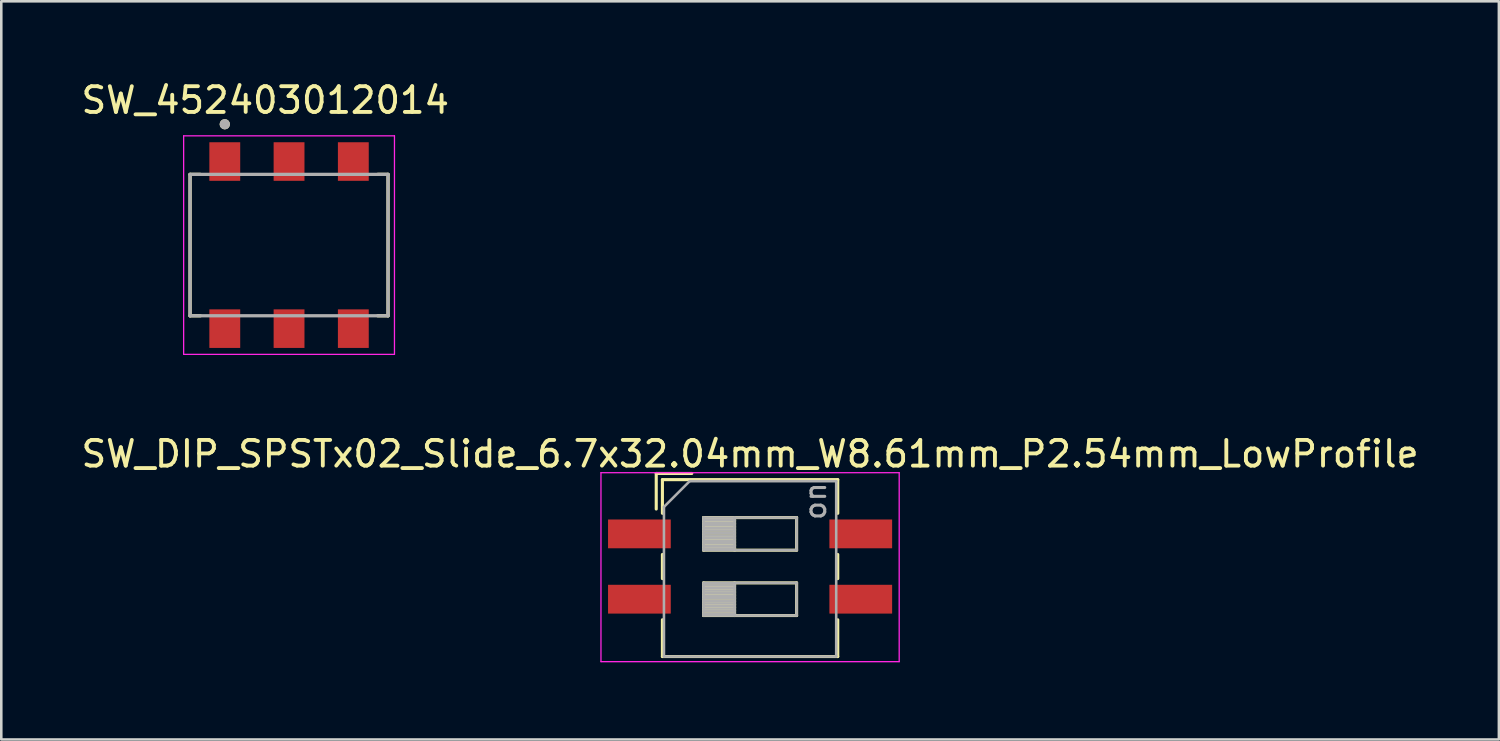
<source format=kicad_pcb>
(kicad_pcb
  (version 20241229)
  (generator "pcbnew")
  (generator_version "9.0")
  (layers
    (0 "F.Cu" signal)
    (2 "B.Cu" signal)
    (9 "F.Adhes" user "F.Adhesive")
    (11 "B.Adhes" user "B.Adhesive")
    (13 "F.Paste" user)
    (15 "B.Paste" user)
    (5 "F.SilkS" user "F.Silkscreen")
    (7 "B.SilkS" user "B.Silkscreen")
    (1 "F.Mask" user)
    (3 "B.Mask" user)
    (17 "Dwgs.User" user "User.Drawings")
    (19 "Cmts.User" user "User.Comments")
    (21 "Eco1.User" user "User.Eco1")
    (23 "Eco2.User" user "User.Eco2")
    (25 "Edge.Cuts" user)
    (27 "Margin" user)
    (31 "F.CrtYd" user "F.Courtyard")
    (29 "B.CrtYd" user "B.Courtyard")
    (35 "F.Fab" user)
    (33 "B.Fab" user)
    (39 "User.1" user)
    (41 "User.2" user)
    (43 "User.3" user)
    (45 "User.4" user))
  (footprint "SW_DIP_SPSTx02_Slide_6.7x32.04mm_W8.61mm_P2.54mm_LowProfile"
    (layer "F.Cu")
    (at 26.125 18.986)
    (property "Reference" "SW_DIP_SPSTx02_Slide_6.7x32.04mm_W8.61mm_P2.54mm_LowProfile" (at 0 -4.38 0) (layer "F.SilkS") (effects (font (size 1 1) (thickness 0.15))))
    (attr smd)
    (fp_line (start -3.65 -3.62) (end -3.65 -2.237) (stroke (width 0.12) (type solid)) (layer "F.SilkS"))
    (fp_line (start -3.65 -3.62) (end -2.267 -3.62) (stroke (width 0.12) (type solid)) (layer "F.SilkS"))
    (fp_line (start -3.41 -3.38) (end -3.41 -2.07) (stroke (width 0.12) (type solid)) (layer "F.SilkS"))
    (fp_line (start -3.41 -3.38) (end 3.41 -3.38) (stroke (width 0.12) (type solid)) (layer "F.SilkS"))
    (fp_line (start -3.41 -0.47) (end -3.41 0.47) (stroke (width 0.12) (type solid)) (layer "F.SilkS"))
    (fp_line (start -3.41 2.07) (end -3.41 3.5) (stroke (width 0.12) (type solid)) (layer "F.SilkS"))
    (fp_line (start -3.41 3.5) (end 3.41 3.5) (stroke (width 0.12) (type solid)) (layer "F.SilkS"))
    (fp_line (start -1.81 -1.905) (end -1.81 -0.635) (stroke (width 0.12) (type solid)) (layer "F.SilkS"))
    (fp_line (start -1.81 -1.785) (end -0.603 -1.785) (stroke (width 0.12) (type solid)) (layer "F.SilkS"))
    (fp_line (start -1.81 -1.665) (end -0.603 -1.665) (stroke (width 0.12) (type solid)) (layer "F.SilkS"))
    (fp_line (start -1.81 -1.545) (end -0.603 -1.545) (stroke (width 0.12) (type solid)) (layer "F.SilkS"))
    (fp_line (start -1.81 -1.425) (end -0.603 -1.425) (stroke (width 0.12) (type solid)) (layer "F.SilkS"))
    (fp_line (start -1.81 -1.305) (end -0.603 -1.305) (stroke (width 0.12) (type solid)) (layer "F.SilkS"))
    (fp_line (start -1.81 -1.185) (end -0.603 -1.185) (stroke (width 0.12) (type solid)) (layer "F.SilkS"))
    (fp_line (start -1.81 -1.065) (end -0.603 -1.065) (stroke (width 0.12) (type solid)) (layer "F.SilkS"))
    (fp_line (start -1.81 -0.945) (end -0.603 -0.945) (stroke (width 0.12) (type solid)) (layer "F.SilkS"))
    (fp_line (start -1.81 -0.825) (end -0.603 -0.825) (stroke (width 0.12) (type solid)) (layer "F.SilkS"))
    (fp_line (start -1.81 -0.705) (end -0.603 -0.705) (stroke (width 0.12) (type solid)) (layer "F.SilkS"))
    (fp_line (start -1.81 -0.635) (end 1.81 -0.635) (stroke (width 0.12) (type solid)) (layer "F.SilkS"))
    (fp_line (start -1.81 0.635) (end -1.81 1.905) (stroke (width 0.12) (type solid)) (layer "F.SilkS"))
    (fp_line (start -1.81 0.755) (end -0.603 0.755) (stroke (width 0.12) (type solid)) (layer "F.SilkS"))
    (fp_line (start -1.81 0.875) (end -0.603 0.875) (stroke (width 0.12) (type solid)) (layer "F.SilkS"))
    (fp_line (start -1.81 0.995) (end -0.603 0.995) (stroke (width 0.12) (type solid)) (layer "F.SilkS"))
    (fp_line (start -1.81 1.115) (end -0.603 1.115) (stroke (width 0.12) (type solid)) (layer "F.SilkS"))
    (fp_line (start -1.81 1.235) (end -0.603 1.235) (stroke (width 0.12) (type solid)) (layer "F.SilkS"))
    (fp_line (start -1.81 1.355) (end -0.603 1.355) (stroke (width 0.12) (type solid)) (layer "F.SilkS"))
    (fp_line (start -1.81 1.475) (end -0.603 1.475) (stroke (width 0.12) (type solid)) (layer "F.SilkS"))
    (fp_line (start -1.81 1.595) (end -0.603 1.595) (stroke (width 0.12) (type solid)) (layer "F.SilkS"))
    (fp_line (start -1.81 1.715) (end -0.603 1.715) (stroke (width 0.12) (type solid)) (layer "F.SilkS"))
    (fp_line (start -1.81 1.835) (end -0.603 1.835) (stroke (width 0.12) (type solid)) (layer "F.SilkS"))
    (fp_line (start -1.81 1.905) (end 1.81 1.905) (stroke (width 0.12) (type solid)) (layer "F.SilkS"))
    (fp_line (start -0.603 -1.905) (end -0.603 -0.635) (stroke (width 0.12) (type solid)) (layer "F.SilkS"))
    (fp_line (start -0.603 0.635) (end -0.603 1.905) (stroke (width 0.12) (type solid)) (layer "F.SilkS"))
    (fp_line (start 1.81 -1.905) (end -1.81 -1.905) (stroke (width 0.12) (type solid)) (layer "F.SilkS"))
    (fp_line (start 1.81 -0.635) (end 1.81 -1.905) (stroke (width 0.12) (type solid)) (layer "F.SilkS"))
    (fp_line (start 1.81 0.635) (end -1.81 0.635) (stroke (width 0.12) (type solid)) (layer "F.SilkS"))
    (fp_line (start 1.81 1.905) (end 1.81 0.635) (stroke (width 0.12) (type solid)) (layer "F.SilkS"))
    (fp_line (start 3.41 -3.38) (end 3.41 -2.07) (stroke (width 0.12) (type solid)) (layer "F.SilkS"))
    (fp_line (start 3.41 -0.469) (end 3.41 0.471) (stroke (width 0.12) (type solid)) (layer "F.SilkS"))
    (fp_line (start 3.41 2.071) (end 3.41 3.5) (stroke (width 0.12) (type solid)) (layer "F.SilkS"))
    (fp_line (start -5.8 -3.65) (end -5.8 3.7) (stroke (width 0.05) (type solid)) (layer "F.CrtYd"))
    (fp_line (start -5.8 3.7) (end 5.8 3.7) (stroke (width 0.05) (type solid)) (layer "F.CrtYd"))
    (fp_line (start 5.8 -3.65) (end -5.8 -3.65) (stroke (width 0.05) (type solid)) (layer "F.CrtYd"))
    (fp_line (start 5.8 3.7) (end 5.8 -3.65) (stroke (width 0.05) (type solid)) (layer "F.CrtYd"))
    (fp_line (start -3.35 -2.32) (end -2.35 -3.32) (stroke (width 0.1) (type solid)) (layer "F.Fab"))
    (fp_line (start -3.35 3.5) (end -3.35 -2.32) (stroke (width 0.1) (type solid)) (layer "F.Fab"))
    (fp_line (start -2.35 -3.32) (end 3.35 -3.32) (stroke (width 0.1) (type solid)) (layer "F.Fab"))
    (fp_line (start -1.81 -1.905) (end -1.81 -0.635) (stroke (width 0.1) (type solid)) (layer "F.Fab"))
    (fp_line (start -1.81 -1.805) (end -0.603 -1.805) (stroke (width 0.1) (type solid)) (layer "F.Fab"))
    (fp_line (start -1.81 -1.705) (end -0.603 -1.705) (stroke (width 0.1) (type solid)) (layer "F.Fab"))
    (fp_line (start -1.81 -1.605) (end -0.603 -1.605) (stroke (width 0.1) (type solid)) (layer "F.Fab"))
    (fp_line (start -1.81 -1.505) (end -0.603 -1.505) (stroke (width 0.1) (type solid)) (layer "F.Fab"))
    (fp_line (start -1.81 -1.405) (end -0.603 -1.405) (stroke (width 0.1) (type solid)) (layer "F.Fab"))
    (fp_line (start -1.81 -1.305) (end -0.603 -1.305) (stroke (width 0.1) (type solid)) (layer "F.Fab"))
    (fp_line (start -1.81 -1.205) (end -0.603 -1.205) (stroke (width 0.1) (type solid)) (layer "F.Fab"))
    (fp_line (start -1.81 -1.105) (end -0.603 -1.105) (stroke (width 0.1) (type solid)) (layer "F.Fab"))
    (fp_line (start -1.81 -1.005) (end -0.603 -1.005) (stroke (width 0.1) (type solid)) (layer "F.Fab"))
    (fp_line (start -1.81 -0.905) (end -0.603 -0.905) (stroke (width 0.1) (type solid)) (layer "F.Fab"))
    (fp_line (start -1.81 -0.805) (end -0.603 -0.805) (stroke (width 0.1) (type solid)) (layer "F.Fab"))
    (fp_line (start -1.81 -0.705) (end -0.603 -0.705) (stroke (width 0.1) (type solid)) (layer "F.Fab"))
    (fp_line (start -1.81 -0.635) (end 1.81 -0.635) (stroke (width 0.1) (type solid)) (layer "F.Fab"))
    (fp_line (start -1.81 0.635) (end -1.81 1.905) (stroke (width 0.1) (type solid)) (layer "F.Fab"))
    (fp_line (start -1.81 0.735) (end -0.603 0.735) (stroke (width 0.1) (type solid)) (layer "F.Fab"))
    (fp_line (start -1.81 0.835) (end -0.603 0.835) (stroke (width 0.1) (type solid)) (layer "F.Fab"))
    (fp_line (start -1.81 0.935) (end -0.603 0.935) (stroke (width 0.1) (type solid)) (layer "F.Fab"))
    (fp_line (start -1.81 1.035) (end -0.603 1.035) (stroke (width 0.1) (type solid)) (layer "F.Fab"))
    (fp_line (start -1.81 1.135) (end -0.603 1.135) (stroke (width 0.1) (type solid)) (layer "F.Fab"))
    (fp_line (start -1.81 1.235) (end -0.603 1.235) (stroke (width 0.1) (type solid)) (layer "F.Fab"))
    (fp_line (start -1.81 1.335) (end -0.603 1.335) (stroke (width 0.1) (type solid)) (layer "F.Fab"))
    (fp_line (start -1.81 1.435) (end -0.603 1.435) (stroke (width 0.1) (type solid)) (layer "F.Fab"))
    (fp_line (start -1.81 1.535) (end -0.603 1.535) (stroke (width 0.1) (type solid)) (layer "F.Fab"))
    (fp_line (start -1.81 1.635) (end -0.603 1.635) (stroke (width 0.1) (type solid)) (layer "F.Fab"))
    (fp_line (start -1.81 1.735) (end -0.603 1.735) (stroke (width 0.1) (type solid)) (layer "F.Fab"))
    (fp_line (start -1.81 1.835) (end -0.603 1.835) (stroke (width 0.1) (type solid)) (layer "F.Fab"))
    (fp_line (start -1.81 1.905) (end 1.81 1.905) (stroke (width 0.1) (type solid)) (layer "F.Fab"))
    (fp_line (start -0.603 -1.905) (end -0.603 -0.635) (stroke (width 0.1) (type solid)) (layer "F.Fab"))
    (fp_line (start -0.603 0.635) (end -0.603 1.905) (stroke (width 0.1) (type solid)) (layer "F.Fab"))
    (fp_line (start 1.81 -1.905) (end -1.81 -1.905) (stroke (width 0.1) (type solid)) (layer "F.Fab"))
    (fp_line (start 1.81 -0.635) (end 1.81 -1.905) (stroke (width 0.1) (type solid)) (layer "F.Fab"))
    (fp_line (start 1.81 0.635) (end -1.81 0.635) (stroke (width 0.1) (type solid)) (layer "F.Fab"))
    (fp_line (start 1.81 1.905) (end 1.81 0.635) (stroke (width 0.1) (type solid)) (layer "F.Fab"))
    (fp_line (start 3.35 -3.32) (end 3.35 3.5) (stroke (width 0.1) (type solid)) (layer "F.Fab"))
    (fp_line (start 3.35 3.5) (end -3.35 3.5) (stroke (width 0.1) (type solid)) (layer "F.Fab"))
    (fp_text user "on" (at 2.54 -2.54 90) (layer "F.Fab") (effects (font (size 0.8 0.8) (thickness 0.12))))
    (pad "1" smd rect (at -4.305 -1.27) (size 2.44 1.12) (layers "F.Cu" "F.Mask" "F.Paste"))
    (pad "2" smd rect (at -4.305 1.27) (size 2.44 1.12) (layers "F.Cu" "F.Mask" "F.Paste"))
    (pad "3" smd rect (at 4.305 1.27) (size 2.44 1.12) (layers "F.Cu" "F.Mask" "F.Paste"))
    (pad "4" smd rect (at 4.305 -1.27) (size 2.44 1.12) (layers "F.Cu" "F.Mask" "F.Paste")))
  (footprint "SW_452403012014"
    (layer "F.Cu")
    (at 8.193 6.483)
    (property "Reference" "SW_452403012014" (at -0.925 -5.635 0) (layer "F.SilkS") (effects (font (size 1 1) (thickness 0.15))))
    (attr smd)
    (fp_line (start -3.85 -2.75) (end -3.85 2.75) (stroke (width 0.127) (type solid)) (layer "F.SilkS"))
    (fp_line (start -3.85 2.75) (end -3.45 2.75) (stroke (width 0.127) (type solid)) (layer "F.SilkS"))
    (fp_line (start -3.45 -2.75) (end -3.85 -2.75) (stroke (width 0.127) (type solid)) (layer "F.SilkS"))
    (fp_line (start 3.45 -2.75) (end 3.85 -2.75) (stroke (width 0.127) (type solid)) (layer "F.SilkS"))
    (fp_line (start 3.85 -2.75) (end 3.85 2.75) (stroke (width 0.127) (type solid)) (layer "F.SilkS"))
    (fp_line (start 3.85 2.75) (end 3.45 2.75) (stroke (width 0.127) (type solid)) (layer "F.SilkS"))
    (fp_circle (center -2.5 -4.7) (end -2.4 -4.7) (stroke (width 0.2) (type solid)) (fill no) (layer "F.SilkS"))
    (fp_line (start -4.1 -4.25) (end 4.1 -4.25) (stroke (width 0.05) (type solid)) (layer "F.CrtYd"))
    (fp_line (start -4.1 4.25) (end -4.1 -4.25) (stroke (width 0.05) (type solid)) (layer "F.CrtYd"))
    (fp_line (start 4.1 -4.25) (end 4.1 4.25) (stroke (width 0.05) (type solid)) (layer "F.CrtYd"))
    (fp_line (start 4.1 4.25) (end -4.1 4.25) (stroke (width 0.05) (type solid)) (layer "F.CrtYd"))
    (fp_line (start -3.85 -2.75) (end 3.85 -2.75) (stroke (width 0.127) (type solid)) (layer "F.Fab"))
    (fp_line (start -3.85 2.75) (end -3.85 -2.75) (stroke (width 0.127) (type solid)) (layer "F.Fab"))
    (fp_line (start 3.85 -2.75) (end 3.85 2.75) (stroke (width 0.127) (type solid)) (layer "F.Fab"))
    (fp_line (start 3.85 2.75) (end -3.85 2.75) (stroke (width 0.127) (type solid)) (layer "F.Fab"))
    (fp_circle (center -2.5 -4.7) (end -2.4 -4.7) (stroke (width 0.2) (type solid)) (fill no) (layer "F.Fab"))
    (pad "1" smd rect (at -2.5 -3.25) (size 1.2 1.5) (layers "F.Cu" "F.Mask" "F.Paste"))
    (pad "2" smd rect (at 0 -3.25) (size 1.2 1.5) (layers "F.Cu" "F.Mask" "F.Paste"))
    (pad "3" smd rect (at 2.5 -3.25) (size 1.2 1.5) (layers "F.Cu" "F.Mask" "F.Paste"))
    (pad "4" smd rect (at -2.5 3.25) (size 1.2 1.5) (layers "F.Cu" "F.Mask" "F.Paste"))
    (pad "5" smd rect (at 0 3.25) (size 1.2 1.5) (layers "F.Cu" "F.Mask" "F.Paste"))
    (pad "6" smd rect (at 2.5 3.25) (size 1.2 1.5) (layers "F.Cu" "F.Mask" "F.Paste")))
  (gr_rect
    (start -3 -3)
    (end 55.25 25.712)
    (stroke (width 0.1) (type default))
    (fill no)
    (layer "Edge.Cuts")))
</source>
